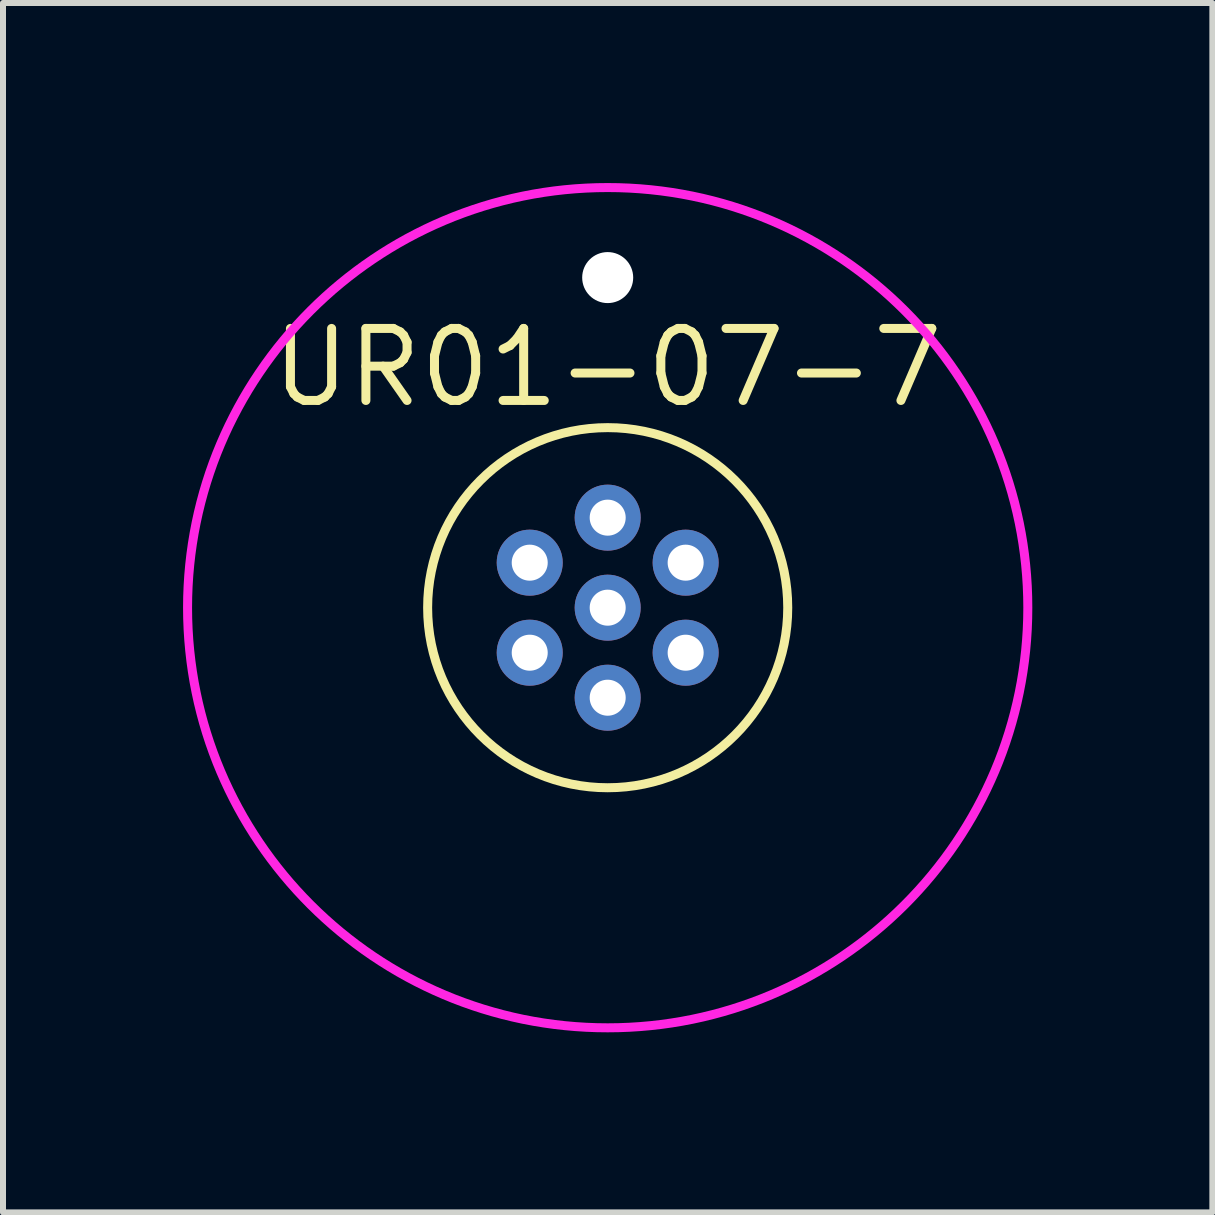
<source format=kicad_pcb>
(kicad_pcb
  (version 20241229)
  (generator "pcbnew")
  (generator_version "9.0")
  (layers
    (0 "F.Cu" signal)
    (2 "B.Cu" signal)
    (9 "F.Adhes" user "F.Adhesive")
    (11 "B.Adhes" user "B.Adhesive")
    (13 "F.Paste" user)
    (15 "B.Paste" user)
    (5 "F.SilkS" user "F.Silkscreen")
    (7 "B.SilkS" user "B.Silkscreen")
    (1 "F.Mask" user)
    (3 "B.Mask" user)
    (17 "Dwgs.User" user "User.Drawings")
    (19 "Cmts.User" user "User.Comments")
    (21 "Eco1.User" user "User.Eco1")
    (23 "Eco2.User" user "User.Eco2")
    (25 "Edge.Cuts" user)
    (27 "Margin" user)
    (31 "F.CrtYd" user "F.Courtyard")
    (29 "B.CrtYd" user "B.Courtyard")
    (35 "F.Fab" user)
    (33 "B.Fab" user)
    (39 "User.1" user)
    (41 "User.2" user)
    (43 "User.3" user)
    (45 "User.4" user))
  (footprint "UR01-07-7"
    (layer "F.Cu")
    (at 7.075 7.075)
    (property "Reference" "UR01-07-7" (at 0 -4 0) (layer "F.SilkS") (effects (font (size 1.2 1.2) (thickness 0.15))))
    (attr through_hole)
    (fp_circle (center 0 0) (end 0 3) (stroke (width 0.15) (type solid)) (fill no) (layer "F.SilkS"))
    (fp_circle (center 0 0) (end 7 0) (stroke (width 0.15) (type solid)) (fill no) (layer "F.CrtYd"))
    (pad "" np_thru_hole circle (at 0 -5.5) (size 0.85 0.85) (drill 0.85) (layers "*.Cu" "*.Mask"))
    (pad "1" thru_hole circle (at 0 0) (size 1.1 1.1) (drill 0.6) (layers "*.Cu" "*.Mask"))
    (pad "2" thru_hole oval (at 0 -1.5) (size 1.1 1.1) (drill 0.6) (layers "*.Cu" "*.Mask"))
    (pad "3" thru_hole oval (at -1.299 -0.75) (size 1.1 1.1) (drill 0.6) (layers "*.Cu" "*.Mask"))
    (pad "4" thru_hole oval (at -1.299 0.75) (size 1.1 1.1) (drill 0.6) (layers "*.Cu" "*.Mask"))
    (pad "5" thru_hole oval (at 0 1.5) (size 1.1 1.1) (drill 0.6) (layers "*.Cu" "*.Mask"))
    (pad "6" thru_hole oval (at 1.299 0.75) (size 1.1 1.1) (drill 0.6) (layers "*.Cu" "*.Mask"))
    (pad "7" thru_hole oval (at 1.299 -0.75) (size 1.1 1.1) (drill 0.6) (layers "*.Cu" "*.Mask")))
  (gr_rect
    (start -3 -3)
    (end 17.15 17.15)
    (stroke (width 0.1) (type default))
    (fill no)
    (layer "Edge.Cuts")))
</source>
